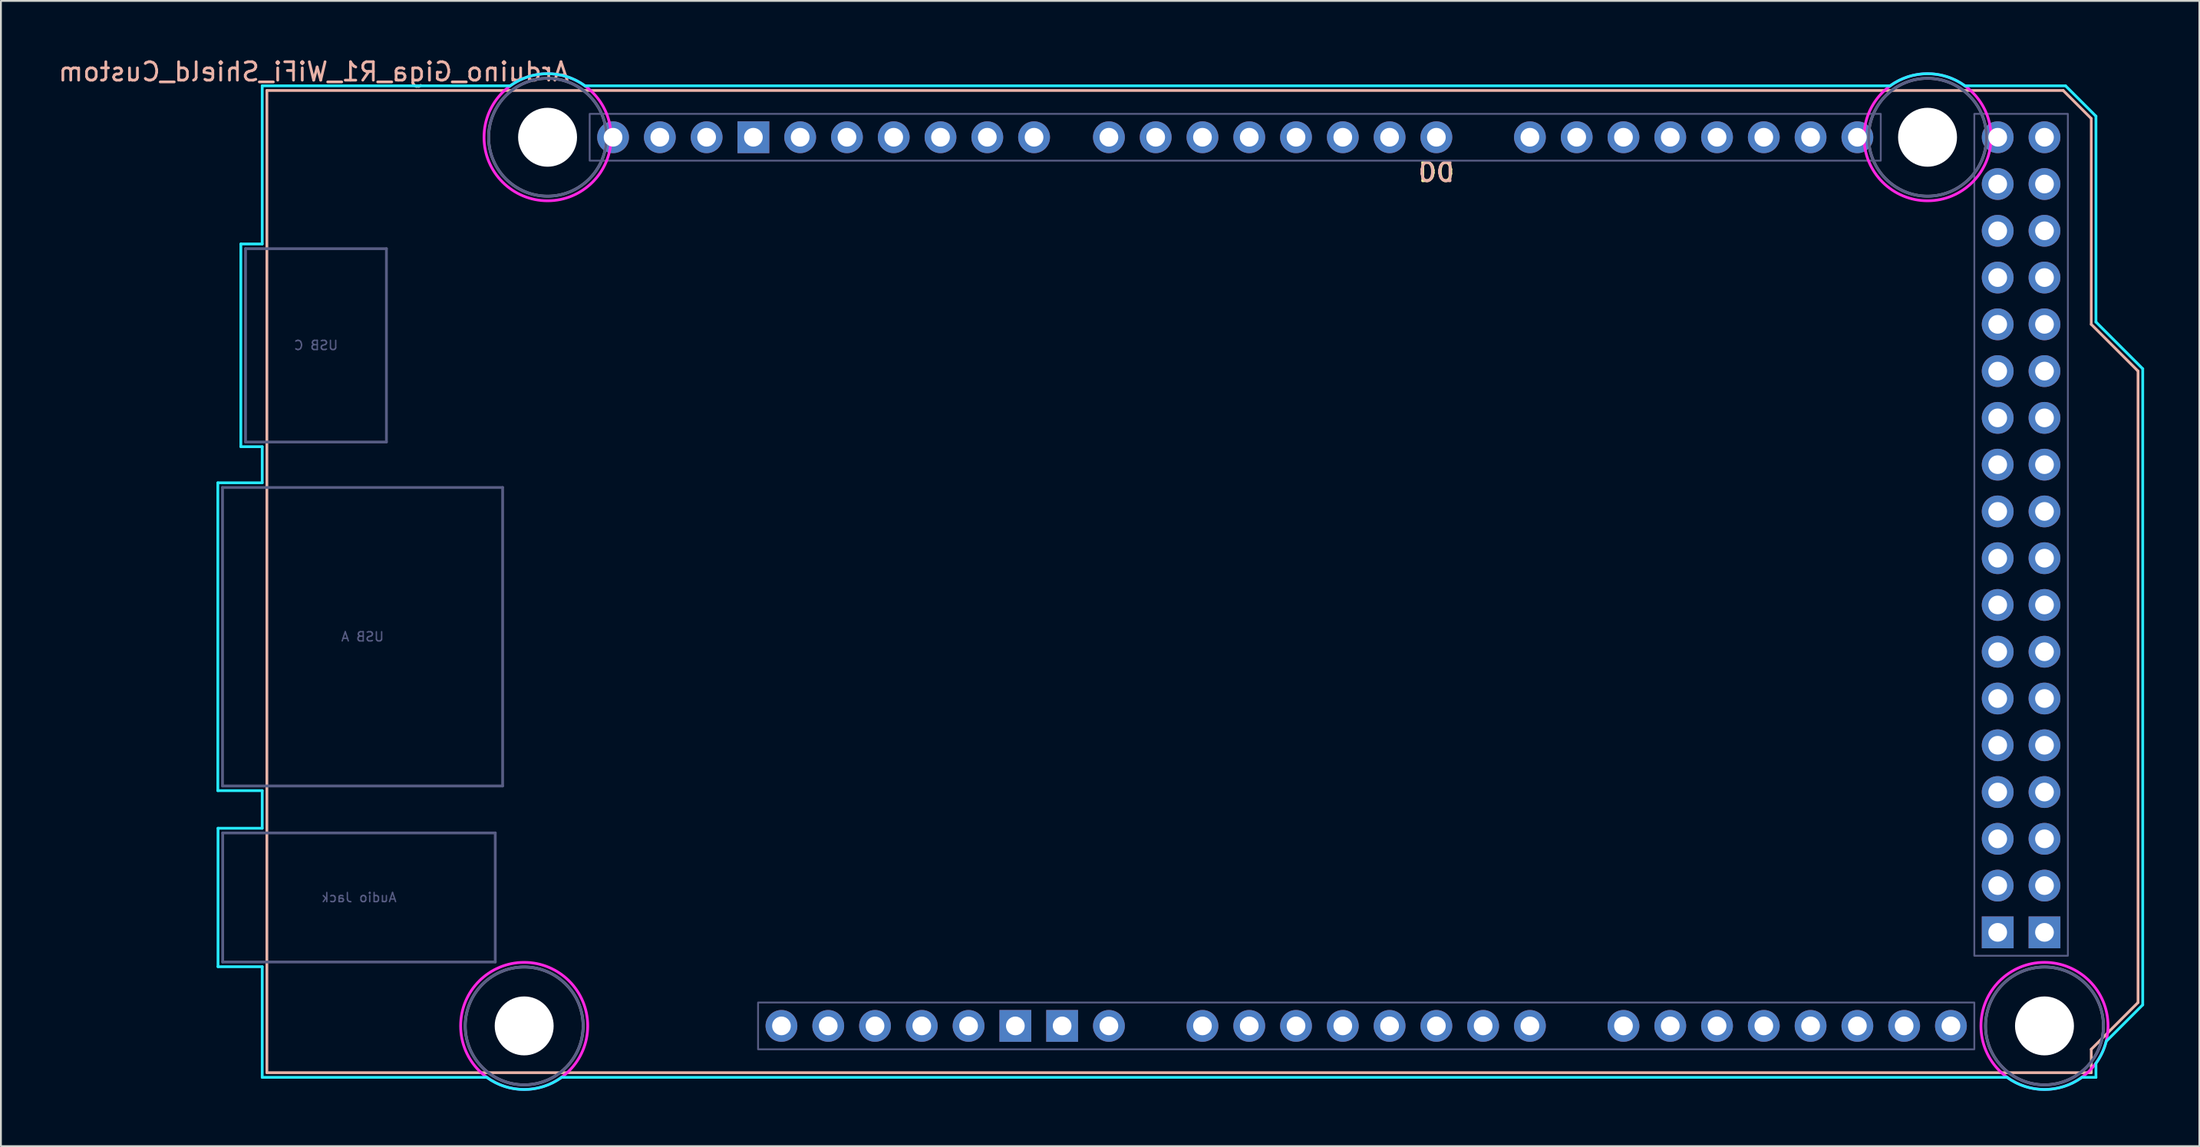
<source format=kicad_pcb>
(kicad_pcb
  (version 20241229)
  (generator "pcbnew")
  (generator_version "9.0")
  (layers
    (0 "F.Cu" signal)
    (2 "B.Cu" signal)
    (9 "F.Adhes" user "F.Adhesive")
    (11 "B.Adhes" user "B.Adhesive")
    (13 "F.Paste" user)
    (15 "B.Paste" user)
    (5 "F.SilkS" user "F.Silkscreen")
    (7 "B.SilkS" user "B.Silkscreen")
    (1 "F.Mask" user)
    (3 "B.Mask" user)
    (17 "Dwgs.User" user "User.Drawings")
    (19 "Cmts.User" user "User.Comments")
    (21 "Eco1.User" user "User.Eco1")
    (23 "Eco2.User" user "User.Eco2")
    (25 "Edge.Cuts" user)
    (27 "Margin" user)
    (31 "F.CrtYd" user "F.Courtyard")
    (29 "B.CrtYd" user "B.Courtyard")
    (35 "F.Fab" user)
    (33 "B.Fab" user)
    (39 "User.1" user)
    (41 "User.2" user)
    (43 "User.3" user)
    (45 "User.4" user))
  (footprint "Arduino_Giga_R1_WiFi_Shield_Custom"
    (layer "F.Cu")
    (at 11.442 55.204)
    (property "Reference" "Arduino_Giga_R1_WiFi_Shield_Custom" (at 2.54 -54.356 0) (layer "B.SilkS") (effects (font (size 1 1) (thickness 0.15)) (justify mirror)))
    (attr through_hole)
    (fp_line (start 0 -53.34) (end 0 0) (stroke (width 0.15) (type solid)) (layer "B.SilkS"))
    (fp_line (start 0 -53.34) (end 97.536 -53.34) (stroke (width 0.15) (type solid)) (layer "B.SilkS"))
    (fp_line (start 0 0) (end 99.06 0) (stroke (width 0.15) (type solid)) (layer "B.SilkS"))
    (fp_line (start 97.536 -53.34) (end 99.06 -51.816) (stroke (width 0.15) (type solid)) (layer "B.SilkS"))
    (fp_line (start 99.06 -40.64) (end 99.06 -51.816) (stroke (width 0.15) (type solid)) (layer "B.SilkS"))
    (fp_line (start 99.06 -1.27) (end 101.6 -3.81) (stroke (width 0.15) (type solid)) (layer "B.SilkS"))
    (fp_line (start 99.06 0) (end 99.06 -1.27) (stroke (width 0.15) (type solid)) (layer "B.SilkS"))
    (fp_line (start 101.6 -38.1) (end 99.06 -40.64) (stroke (width 0.15) (type solid)) (layer "B.SilkS"))
    (fp_line (start 101.6 -3.81) (end 101.6 -38.1) (stroke (width 0.15) (type solid)) (layer "B.SilkS"))
    (fp_line (start -2.664 -32.034) (end -0.254 -32.034) (stroke (width 0.15) (type solid)) (layer "B.CrtYd"))
    (fp_line (start -2.664 -15.316) (end -2.664 -32.034) (stroke (width 0.15) (type solid)) (layer "B.CrtYd"))
    (fp_line (start -2.664 -15.316) (end -0.254 -15.316) (stroke (width 0.15) (type solid)) (layer "B.CrtYd"))
    (fp_line (start -2.654 -13.274) (end -2.654 -5.756) (stroke (width 0.15) (type solid)) (layer "B.CrtYd"))
    (fp_line (start -2.654 -13.274) (end -0.254 -13.274) (stroke (width 0.15) (type solid)) (layer "B.CrtYd"))
    (fp_line (start -2.654 -5.756) (end -0.254 -5.756) (stroke (width 0.15) (type solid)) (layer "B.CrtYd"))
    (fp_line (start -1.414 -45.004) (end -0.254 -45.004) (stroke (width 0.15) (type solid)) (layer "B.CrtYd"))
    (fp_line (start -1.414 -33.996) (end -1.414 -45.004) (stroke (width 0.15) (type solid)) (layer "B.CrtYd"))
    (fp_line (start -1.414 -33.996) (end -0.254 -33.996) (stroke (width 0.15) (type solid)) (layer "B.CrtYd"))
    (fp_line (start -0.254 -53.594) (end -0.254 -45.004) (stroke (width 0.15) (type solid)) (layer "B.CrtYd"))
    (fp_line (start -0.254 -33.996) (end -0.254 -32.034) (stroke (width 0.15) (type solid)) (layer "B.CrtYd"))
    (fp_line (start -0.254 -15.316) (end -0.254 -13.274) (stroke (width 0.15) (type solid)) (layer "B.CrtYd"))
    (fp_line (start -0.254 -5.756) (end -0.254 0.254) (stroke (width 0.15) (type solid)) (layer "B.CrtYd"))
    (fp_line (start 11.938 0.254) (end -0.254 0.254) (stroke (width 0.15) (type solid)) (layer "B.CrtYd"))
    (fp_line (start 13.208 -53.594) (end -0.254 -53.594) (stroke (width 0.15) (type solid)) (layer "B.CrtYd"))
    (fp_line (start 16.002 0.254) (end 94.488 0.254) (stroke (width 0.15) (type solid)) (layer "B.CrtYd"))
    (fp_line (start 17.272 -53.594) (end 88.138 -53.594) (stroke (width 0.15) (type solid)) (layer "B.CrtYd"))
    (fp_line (start 97.663 -53.594) (end 92.202 -53.594) (stroke (width 0.15) (type solid)) (layer "B.CrtYd"))
    (fp_line (start 97.663 -53.594) (end 99.314 -51.943) (stroke (width 0.15) (type solid)) (layer "B.CrtYd"))
    (fp_line (start 99.314 -40.767) (end 99.314 -51.943) (stroke (width 0.15) (type solid)) (layer "B.CrtYd"))
    (fp_line (start 99.314 0.254) (end 98.552 0.254) (stroke (width 0.15) (type solid)) (layer "B.CrtYd"))
    (fp_line (start 99.314 0.254) (end 99.314 -0.508) (stroke (width 0.15) (type solid)) (layer "B.CrtYd"))
    (fp_line (start 99.873 -1.702) (end 101.854 -3.683) (stroke (width 0.15) (type solid)) (layer "B.CrtYd"))
    (fp_line (start 101.854 -38.227) (end 99.314 -40.767) (stroke (width 0.15) (type solid)) (layer "B.CrtYd"))
    (fp_line (start 101.854 -3.683) (end 101.854 -38.227) (stroke (width 0.15) (type solid)) (layer "B.CrtYd"))
    (fp_arc (start 13.208 -53.594) (mid 15.24 -54.254237) (end 17.272 -53.594) (stroke (width 0.15) (type solid)) (layer "B.CrtYd"))
    (fp_arc (start 16.002 0.254) (mid 13.97 0.914237) (end 11.938 0.254) (stroke (width 0.15) (type solid)) (layer "B.CrtYd"))
    (fp_arc (start 88.138 -53.594) (mid 90.17 -54.254237) (end 92.202 -53.594) (stroke (width 0.15) (type solid)) (layer "B.CrtYd"))
    (fp_arc (start 98.552 0.254) (mid 96.52 0.914237) (end 94.488 0.254) (stroke (width 0.15) (type solid)) (layer "B.CrtYd"))
    (fp_arc (start 99.8728 -1.7018) (mid 99.650917 -1.077977) (end 99.314 -0.508) (stroke (width 0.15) (type solid)) (layer "B.CrtYd"))
    (fp_circle (center 13.97 -2.54) (end 17.42 -2.54) (stroke (width 0.15) (type solid)) (fill no) (layer "F.CrtYd"))
    (fp_circle (center 15.24 -50.8) (end 18.69 -50.8) (stroke (width 0.15) (type solid)) (fill no) (layer "F.CrtYd"))
    (fp_circle (center 90.17 -50.8) (end 93.62 -50.8) (stroke (width 0.15) (type solid)) (fill no) (layer "F.CrtYd"))
    (fp_circle (center 96.52 -2.54) (end 99.97 -2.54) (stroke (width 0.15) (type solid)) (fill no) (layer "F.CrtYd"))
    (fp_line (start -2.41 -31.78) (end 12.8 -31.78) (stroke (width 0.15) (type solid)) (layer "B.Fab"))
    (fp_line (start -2.41 -15.57) (end -2.41 -31.78) (stroke (width 0.15) (type solid)) (layer "B.Fab"))
    (fp_line (start -2.41 -15.57) (end 12.8 -15.57) (stroke (width 0.15) (type solid)) (layer "B.Fab"))
    (fp_line (start -2.4 -6.01) (end -2.4 -13.02) (stroke (width 0.15) (type solid)) (layer "B.Fab"))
    (fp_line (start -2.4 -6.01) (end 12.4 -6.01) (stroke (width 0.15) (type solid)) (layer "B.Fab"))
    (fp_line (start -1.16 -44.75) (end -1.16 -34.25) (stroke (width 0.15) (type solid)) (layer "B.Fab"))
    (fp_line (start 6.49 -44.75) (end -1.16 -44.75) (stroke (width 0.15) (type solid)) (layer "B.Fab"))
    (fp_line (start 6.49 -44.75) (end 6.49 -34.25) (stroke (width 0.15) (type solid)) (layer "B.Fab"))
    (fp_line (start 6.49 -34.25) (end -1.16 -34.25) (stroke (width 0.15) (type solid)) (layer "B.Fab"))
    (fp_line (start 12.4 -13.02) (end -2.4 -13.02) (stroke (width 0.15) (type solid)) (layer "B.Fab"))
    (fp_line (start 12.4 -6.01) (end 12.4 -13.02) (stroke (width 0.15) (type solid)) (layer "B.Fab"))
    (fp_line (start 12.8 -15.57) (end 12.8 -31.78) (stroke (width 0.15) (type solid)) (layer "B.Fab"))
    (fp_rect (start 17.526 -52.07) (end 87.63 -49.53) (stroke (width 0.1) (type solid)) (fill no) (layer "B.Fab"))
    (fp_rect (start 26.67 -3.81) (end 92.71 -1.27) (stroke (width 0.1) (type solid)) (fill no) (layer "B.Fab"))
    (fp_rect (start 92.71 -52.07) (end 97.79 -6.35) (stroke (width 0.1) (type solid)) (fill no) (layer "B.Fab"))
    (fp_circle (center 13.97 -2.54) (end 17.17 -2.54) (stroke (width 0.15) (type solid)) (fill no) (layer "B.Fab"))
    (fp_circle (center 15.24 -50.8) (end 18.44 -50.8) (stroke (width 0.15) (type solid)) (fill no) (layer "B.Fab"))
    (fp_circle (center 90.17 -50.8) (end 93.37 -50.8) (stroke (width 0.15) (type solid)) (fill no) (layer "B.Fab"))
    (fp_circle (center 96.52 -2.54) (end 99.72 -2.54) (stroke (width 0.15) (type solid)) (fill no) (layer "B.Fab"))
    (fp_circle (center 13.97 -2.54) (end 17.17 -2.54) (stroke (width 0.15) (type solid)) (fill no) (layer "F.Fab"))
    (fp_circle (center 15.24 -50.8) (end 18.44 -50.8) (stroke (width 0.15) (type solid)) (fill no) (layer "F.Fab"))
    (fp_circle (center 90.17 -50.8) (end 93.37 -50.8) (stroke (width 0.15) (type solid)) (fill no) (layer "F.Fab"))
    (fp_circle (center 96.52 -2.54) (end 99.72 -2.54) (stroke (width 0.15) (type solid)) (fill no) (layer "F.Fab"))
    (fp_text user "D0" (at 63.5 -48.895 0) (unlocked yes) (layer "F.SilkS") (effects (font (size 1 1) (thickness 0.15))))
    (fp_text user "D0" (at 63.5 -48.895 0) (unlocked yes) (layer "B.SilkS") (effects (font (size 1 1) (thickness 0.15)) (justify mirror)))
    (fp_text user "Audio Jack" (at 5 -9.515 0) (layer "B.Fab") (effects (font (size 0.5 0.5) (thickness 0.075)) (justify mirror)))
    (fp_text user "USB A" (at 5.195 -23.675 0) (layer "B.Fab") (effects (font (size 0.5 0.5) (thickness 0.075)) (justify mirror)))
    (fp_text user "USB C" (at 2.665 -39.5 0) (layer "B.Fab") (effects (font (size 0.5 0.5) (thickness 0.075)) (justify mirror)))
    (pad "" np_thru_hole circle (at 13.97 -2.54) (size 3.2 3.2) (drill 3.2) (layers "*.Cu" "*.Mask"))
    (pad "" np_thru_hole circle (at 15.24 -50.8 270) (size 3.2 3.2) (drill 3.2) (layers "*.Cu" "*.Mask"))
    (pad "" thru_hole oval (at 27.94 -2.54) (size 1.727 1.727) (drill 1.016) (layers "*.Cu" "*.Mask"))
    (pad "" np_thru_hole circle (at 90.17 -50.8) (size 3.2 3.2) (drill 3.2) (layers "*.Cu" "*.Mask"))
    (pad "" np_thru_hole circle (at 96.52 -2.54) (size 3.2 3.2) (drill 3.2) (layers "*.Cu" "*.Mask"))
    (pad "3V3" thru_hole oval (at 35.56 -2.54) (size 1.727 1.727) (drill 1.016) (layers "*.Cu" "*.Mask"))
    (pad "5V1" thru_hole oval (at 38.1 -2.54) (size 1.727 1.727) (drill 1.016) (layers "*.Cu" "*.Mask"))
    (pad "5V3" thru_hole oval (at 93.98 -50.8) (size 1.727 1.727) (drill 1.016) (layers "*.Cu" "*.Mask"))
    (pad "5V4" thru_hole oval (at 96.52 -50.8) (size 1.727 1.727) (drill 1.016) (layers "*.Cu" "*.Mask"))
    (pad "A0" thru_hole oval (at 50.8 -2.54) (size 1.727 1.727) (drill 1.016) (layers "*.Cu" "*.Mask"))
    (pad "A1" thru_hole oval (at 53.34 -2.54) (size 1.727 1.727) (drill 1.016) (layers "*.Cu" "*.Mask"))
    (pad "A2" thru_hole oval (at 55.88 -2.54) (size 1.727 1.727) (drill 1.016) (layers "*.Cu" "*.Mask"))
    (pad "A3" thru_hole oval (at 58.42 -2.54) (size 1.727 1.727) (drill 1.016) (layers "*.Cu" "*.Mask"))
    (pad "A4" thru_hole oval (at 60.96 -2.54) (size 1.727 1.727) (drill 1.016) (layers "*.Cu" "*.Mask"))
    (pad "A5" thru_hole oval (at 63.5 -2.54) (size 1.727 1.727) (drill 1.016) (layers "*.Cu" "*.Mask"))
    (pad "A6" thru_hole oval (at 66.04 -2.54) (size 1.727 1.727) (drill 1.016) (layers "*.Cu" "*.Mask"))
    (pad "A7" thru_hole oval (at 68.58 -2.54) (size 1.727 1.727) (drill 1.016) (layers "*.Cu" "*.Mask"))
    (pad "A8" thru_hole oval (at 73.66 -2.54) (size 1.727 1.727) (drill 1.016) (layers "*.Cu" "*.Mask"))
    (pad "A9" thru_hole oval (at 76.2 -2.54) (size 1.727 1.727) (drill 1.016) (layers "*.Cu" "*.Mask"))
    (pad "A10" thru_hole oval (at 78.74 -2.54) (size 1.727 1.727) (drill 1.016) (layers "*.Cu" "*.Mask"))
    (pad "A11" thru_hole oval (at 81.28 -2.54) (size 1.727 1.727) (drill 1.016) (layers "*.Cu" "*.Mask"))
    (pad "AREF" thru_hole oval (at 23.876 -50.8) (size 1.727 1.727) (drill 1.016) (layers "*.Cu" "*.Mask"))
    (pad "CANR" thru_hole oval (at 88.9 -2.54) (size 1.727 1.727) (drill 1.016) (layers "*.Cu" "*.Mask"))
    (pad "CANT" thru_hole oval (at 91.44 -2.54) (size 1.727 1.727) (drill 1.016) (layers "*.Cu" "*.Mask"))
    (pad "D0" thru_hole oval (at 63.5 -50.8) (size 1.727 1.727) (drill 1.016) (layers "*.Cu" "*.Mask"))
    (pad "D1" thru_hole oval (at 60.96 -50.8) (size 1.727 1.727) (drill 1.016) (layers "*.Cu" "*.Mask"))
    (pad "D2" thru_hole oval (at 58.42 -50.8) (size 1.727 1.727) (drill 1.016) (layers "*.Cu" "*.Mask"))
    (pad "D3" thru_hole oval (at 55.88 -50.8) (size 1.727 1.727) (drill 1.016) (layers "*.Cu" "*.Mask"))
    (pad "D4" thru_hole oval (at 53.34 -50.8) (size 1.727 1.727) (drill 1.016) (layers "*.Cu" "*.Mask"))
    (pad "D5" thru_hole oval (at 50.8 -50.8) (size 1.727 1.727) (drill 1.016) (layers "*.Cu" "*.Mask"))
    (pad "D6" thru_hole oval (at 48.26 -50.8) (size 1.727 1.727) (drill 1.016) (layers "*.Cu" "*.Mask"))
    (pad "D7" thru_hole oval (at 45.72 -50.8) (size 1.727 1.727) (drill 1.016) (layers "*.Cu" "*.Mask"))
    (pad "D8" thru_hole oval (at 41.656 -50.8) (size 1.727 1.727) (drill 1.016) (layers "*.Cu" "*.Mask"))
    (pad "D9" thru_hole oval (at 39.116 -50.8) (size 1.727 1.727) (drill 1.016) (layers "*.Cu" "*.Mask"))
    (pad "D10" thru_hole oval (at 36.576 -50.8) (size 1.727 1.727) (drill 1.016) (layers "*.Cu" "*.Mask"))
    (pad "D11" thru_hole oval (at 34.036 -50.8) (size 1.727 1.727) (drill 1.016) (layers "*.Cu" "*.Mask"))
    (pad "D12" thru_hole oval (at 31.496 -50.8) (size 1.727 1.727) (drill 1.016) (layers "*.Cu" "*.Mask"))
    (pad "D13" thru_hole oval (at 28.956 -50.8) (size 1.727 1.727) (drill 1.016) (layers "*.Cu" "*.Mask"))
    (pad "D14" thru_hole oval (at 68.58 -50.8) (size 1.727 1.727) (drill 1.016) (layers "*.Cu" "*.Mask"))
    (pad "D15" thru_hole oval (at 71.12 -50.8) (size 1.727 1.727) (drill 1.016) (layers "*.Cu" "*.Mask"))
    (pad "D16" thru_hole oval (at 73.66 -50.8) (size 1.727 1.727) (drill 1.016) (layers "*.Cu" "*.Mask"))
    (pad "D17" thru_hole oval (at 76.2 -50.8) (size 1.727 1.727) (drill 1.016) (layers "*.Cu" "*.Mask"))
    (pad "D18" thru_hole oval (at 78.74 -50.8) (size 1.727 1.727) (drill 1.016) (layers "*.Cu" "*.Mask"))
    (pad "D19" thru_hole oval (at 81.28 -50.8) (size 1.727 1.727) (drill 1.016) (layers "*.Cu" "*.Mask"))
    (pad "D20" thru_hole oval (at 83.82 -50.8) (size 1.727 1.727) (drill 1.016) (layers "*.Cu" "*.Mask"))
    (pad "D21" thru_hole oval (at 86.36 -50.8) (size 1.727 1.727) (drill 1.016) (layers "*.Cu" "*.Mask"))
    (pad "D22" thru_hole oval (at 93.98 -48.26) (size 1.727 1.727) (drill 1.016) (layers "*.Cu" "*.Mask"))
    (pad "D23" thru_hole oval (at 96.52 -48.26) (size 1.727 1.727) (drill 1.016) (layers "*.Cu" "*.Mask"))
    (pad "D24" thru_hole oval (at 93.98 -45.72) (size 1.727 1.727) (drill 1.016) (layers "*.Cu" "*.Mask"))
    (pad "D25" thru_hole oval (at 96.52 -45.72) (size 1.727 1.727) (drill 1.016) (layers "*.Cu" "*.Mask"))
    (pad "D26" thru_hole oval (at 93.98 -43.18) (size 1.727 1.727) (drill 1.016) (layers "*.Cu" "*.Mask"))
    (pad "D27" thru_hole oval (at 96.52 -43.18) (size 1.727 1.727) (drill 1.016) (layers "*.Cu" "*.Mask"))
    (pad "D28" thru_hole oval (at 93.98 -40.64) (size 1.727 1.727) (drill 1.016) (layers "*.Cu" "*.Mask"))
    (pad "D29" thru_hole oval (at 96.52 -40.64) (size 1.727 1.727) (drill 1.016) (layers "*.Cu" "*.Mask"))
    (pad "D30" thru_hole oval (at 93.98 -38.1) (size 1.727 1.727) (drill 1.016) (layers "*.Cu" "*.Mask"))
    (pad "D31" thru_hole oval (at 96.52 -38.1) (size 1.727 1.727) (drill 1.016) (layers "*.Cu" "*.Mask"))
    (pad "D32" thru_hole oval (at 93.98 -35.56) (size 1.727 1.727) (drill 1.016) (layers "*.Cu" "*.Mask"))
    (pad "D33" thru_hole oval (at 96.52 -35.56) (size 1.727 1.727) (drill 1.016) (layers "*.Cu" "*.Mask"))
    (pad "D34" thru_hole oval (at 93.98 -33.02) (size 1.727 1.727) (drill 1.016) (layers "*.Cu" "*.Mask"))
    (pad "D35" thru_hole oval (at 96.52 -33.02) (size 1.727 1.727) (drill 1.016) (layers "*.Cu" "*.Mask"))
    (pad "D36" thru_hole oval (at 93.98 -30.48) (size 1.727 1.727) (drill 1.016) (layers "*.Cu" "*.Mask"))
    (pad "D37" thru_hole oval (at 96.52 -30.48) (size 1.727 1.727) (drill 1.016) (layers "*.Cu" "*.Mask"))
    (pad "D38" thru_hole oval (at 93.98 -27.94) (size 1.727 1.727) (drill 1.016) (layers "*.Cu" "*.Mask"))
    (pad "D39" thru_hole oval (at 96.52 -27.94) (size 1.727 1.727) (drill 1.016) (layers "*.Cu" "*.Mask"))
    (pad "D40" thru_hole oval (at 93.98 -25.4) (size 1.727 1.727) (drill 1.016) (layers "*.Cu" "*.Mask"))
    (pad "D41" thru_hole oval (at 96.52 -25.4) (size 1.727 1.727) (drill 1.016) (layers "*.Cu" "*.Mask"))
    (pad "D42" thru_hole oval (at 93.98 -22.86) (size 1.727 1.727) (drill 1.016) (layers "*.Cu" "*.Mask"))
    (pad "D43" thru_hole oval (at 96.52 -22.86) (size 1.727 1.727) (drill 1.016) (layers "*.Cu" "*.Mask"))
    (pad "D44" thru_hole oval (at 93.98 -20.32) (size 1.727 1.727) (drill 1.016) (layers "*.Cu" "*.Mask"))
    (pad "D45" thru_hole oval (at 96.52 -20.32) (size 1.727 1.727) (drill 1.016) (layers "*.Cu" "*.Mask"))
    (pad "D46" thru_hole oval (at 93.98 -17.78) (size 1.727 1.727) (drill 1.016) (layers "*.Cu" "*.Mask"))
    (pad "D47" thru_hole oval (at 96.52 -17.78) (size 1.727 1.727) (drill 1.016) (layers "*.Cu" "*.Mask"))
    (pad "D48" thru_hole oval (at 93.98 -15.24) (size 1.727 1.727) (drill 1.016) (layers "*.Cu" "*.Mask"))
    (pad "D49" thru_hole oval (at 96.52 -15.24) (size 1.727 1.727) (drill 1.016) (layers "*.Cu" "*.Mask"))
    (pad "D50" thru_hole oval (at 93.98 -12.7) (size 1.727 1.727) (drill 1.016) (layers "*.Cu" "*.Mask"))
    (pad "D51" thru_hole oval (at 96.52 -12.7) (size 1.727 1.727) (drill 1.016) (layers "*.Cu" "*.Mask"))
    (pad "D52" thru_hole oval (at 93.98 -10.16) (size 1.727 1.727) (drill 1.016) (layers "*.Cu" "*.Mask"))
    (pad "D53" thru_hole oval (at 96.52 -10.16) (size 1.727 1.727) (drill 1.016) (layers "*.Cu" "*.Mask"))
    (pad "DAC0" thru_hole oval (at 83.82 -2.54) (size 1.727 1.727) (drill 1.016) (layers "*.Cu" "*.Mask"))
    (pad "DAC1" thru_hole oval (at 86.36 -2.54) (size 1.727 1.727) (drill 1.016) (layers "*.Cu" "*.Mask"))
    (pad "GND1" thru_hole rect (at 26.416 -50.8) (size 1.727 1.727) (drill 1.016) (layers "*.Cu" "*.Mask"))
    (pad "GND2" thru_hole rect (at 40.64 -2.54) (size 1.727 1.727) (drill 1.016) (layers "*.Cu" "*.Mask"))
    (pad "GND3" thru_hole rect (at 43.18 -2.54) (size 1.727 1.727) (drill 1.016) (layers "*.Cu" "*.Mask"))
    (pad "GND5" thru_hole rect (at 93.98 -7.62) (size 1.727 1.727) (drill 1.016) (layers "*.Cu" "*.Mask"))
    (pad "GND6" thru_hole rect (at 96.52 -7.62) (size 1.727 1.727) (drill 1.016) (layers "*.Cu" "*.Mask"))
    (pad "IORF" thru_hole oval (at 30.48 -2.54) (size 1.727 1.727) (drill 1.016) (layers "*.Cu" "*.Mask"))
    (pad "RST1" thru_hole oval (at 33.02 -2.54) (size 1.727 1.727) (drill 1.016) (layers "*.Cu" "*.Mask"))
    (pad "SCL1" thru_hole oval (at 18.796 -50.8) (size 1.727 1.727) (drill 1.016) (layers "*.Cu" "*.Mask"))
    (pad "SDA1" thru_hole oval (at 21.336 -50.8) (size 1.727 1.727) (drill 1.016) (layers "*.Cu" "*.Mask"))
    (pad "VIN" thru_hole oval (at 45.72 -2.54) (size 1.727 1.727) (drill 1.016) (layers "*.Cu" "*.Mask")))
  (gr_rect
    (start -3 -3)
    (end 116.371 59.193)
    (stroke (width 0.1) (type default))
    (fill no)
    (layer "Edge.Cuts")))
</source>
